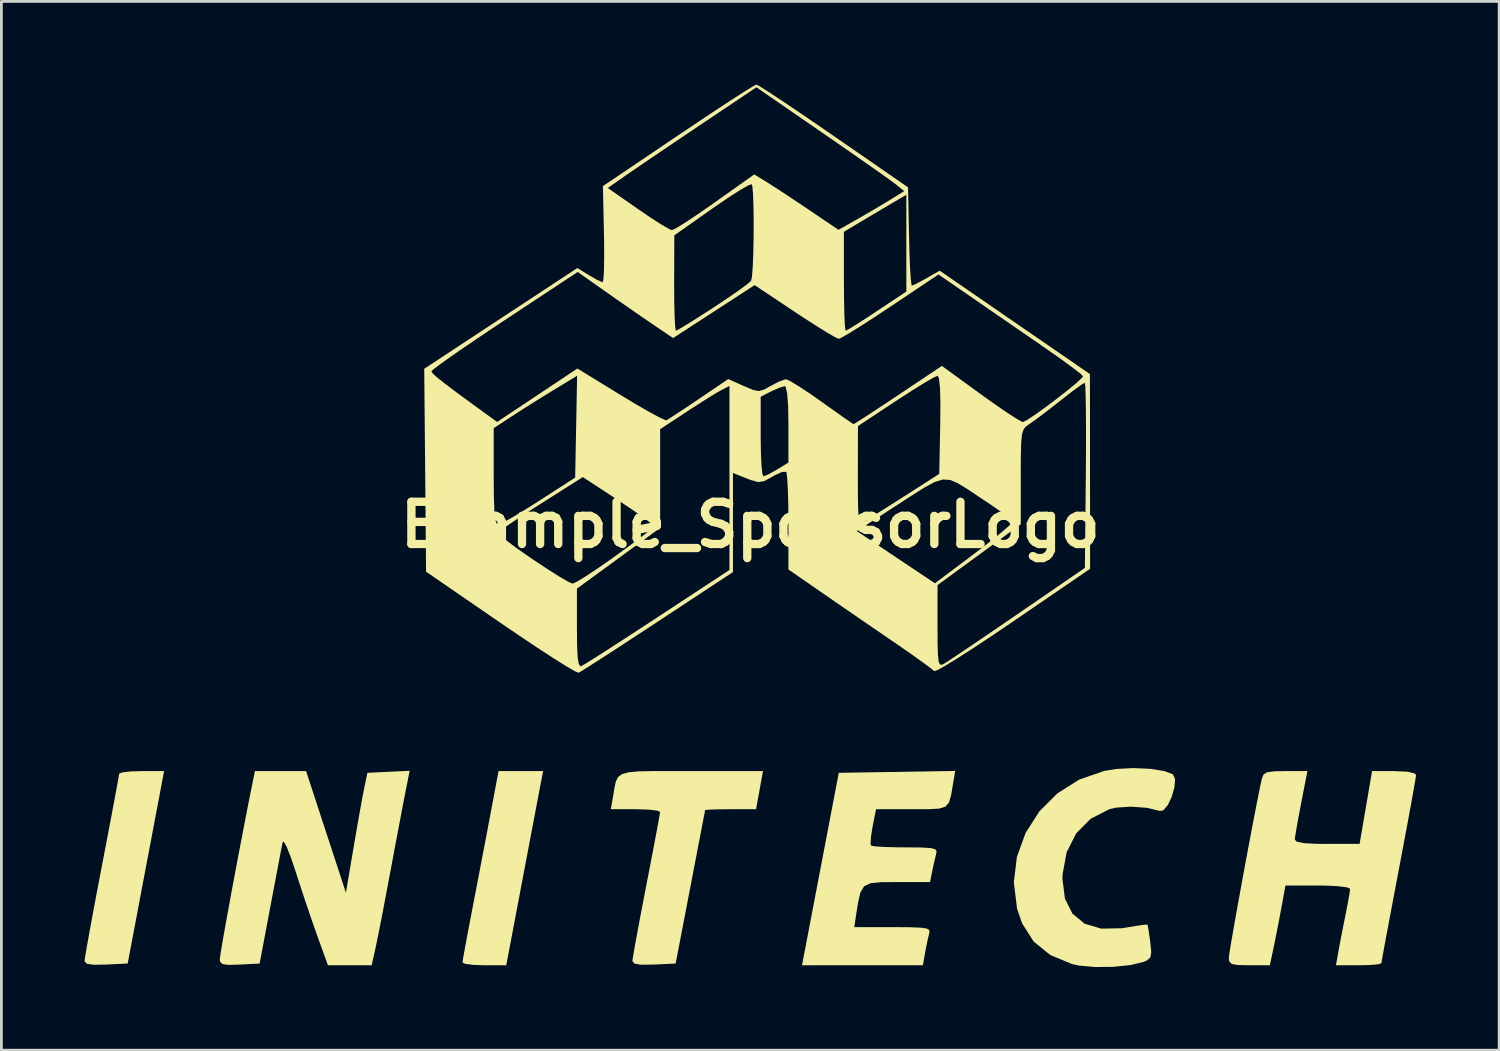
<source format=kicad_pcb>
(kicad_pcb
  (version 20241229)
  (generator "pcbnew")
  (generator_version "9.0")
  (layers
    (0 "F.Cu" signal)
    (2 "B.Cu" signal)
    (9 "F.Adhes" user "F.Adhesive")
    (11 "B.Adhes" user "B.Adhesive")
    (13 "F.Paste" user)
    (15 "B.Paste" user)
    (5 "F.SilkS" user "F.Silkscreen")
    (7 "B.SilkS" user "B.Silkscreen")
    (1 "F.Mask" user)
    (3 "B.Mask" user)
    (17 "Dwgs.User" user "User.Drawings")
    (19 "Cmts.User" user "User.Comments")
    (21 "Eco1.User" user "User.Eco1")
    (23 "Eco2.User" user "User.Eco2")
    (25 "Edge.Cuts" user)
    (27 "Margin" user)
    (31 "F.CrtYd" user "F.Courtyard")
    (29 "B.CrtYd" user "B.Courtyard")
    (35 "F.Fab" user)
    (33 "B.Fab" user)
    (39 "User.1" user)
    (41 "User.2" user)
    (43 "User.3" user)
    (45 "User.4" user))
  (footprint "Example_SponsorLogo"
    (layer "F.Cu")
    (at 24.024 15.891)
    (property "Reference" "Example_SponsorLogo" (at 0 0 0) (layer "F.SilkS") (effects (font (size 1.524 1.524) (thickness 0.3))))
    (attr board_only exclude_from_pos_files exclude_from_bom)
    (fp_poly (pts (xy -7.542 9.228) (xy -7.583 9.442) (xy -7.664 9.865) (xy -7.776 10.459) (xy -7.914 11.187) (xy -8.071 12.011) (xy -8.207 12.731) (xy -8.806 15.891) (xy -9.596 15.891) (xy -10.003 15.876) (xy -10.288 15.839) (xy -10.385 15.792) (xy -10.363 15.64) (xy -10.3 15.288) (xy -10.206 14.781) (xy -10.089 14.163) (xy -10.023 13.821) (xy -9.864 12.996) (xy -9.692 12.095) (xy -9.525 11.222) (xy -9.385 10.481) (xy -9.373 10.417) (xy -9.084 8.884) (xy -7.476 8.884)) (stroke (width 0) (type solid)) (fill yes) (layer "F.SilkS"))
    (fp_poly (pts (xy -21.218 9.228) (xy -21.258 9.443) (xy -21.338 9.866) (xy -21.451 10.459) (xy -21.588 11.186) (xy -21.744 12.009) (xy -21.875 12.7) (xy -22.466 15.828) (xy -23.245 15.865) (xy -23.696 15.873) (xy -23.942 15.835) (xy -24.023 15.747) (xy -24.024 15.734) (xy -24.001 15.57) (xy -23.936 15.195) (xy -23.837 14.642) (xy -23.708 13.946) (xy -23.557 13.142) (xy -23.4 12.318) (xy -23.233 11.448) (xy -23.083 10.659) (xy -22.956 9.984) (xy -22.858 9.456) (xy -22.795 9.109) (xy -22.774 8.978) (xy -22.659 8.93) (xy -22.36 8.896) (xy -21.962 8.884) (xy -21.152 8.884)) (stroke (width 0) (type solid)) (fill yes) (layer "F.SilkS"))
    (fp_poly (pts (xy -2.14 8.884) (xy 0.458 8.884) (xy 0.333 9.572) (xy 0.208 10.26) (xy -0.709 10.26) (xy -1.153 10.264) (xy -1.48 10.274) (xy -1.628 10.289) (xy -1.631 10.291) (xy -1.654 10.418) (xy -1.719 10.755) (xy -1.817 11.267) (xy -1.942 11.919) (xy -2.087 12.675) (xy -2.164 13.075) (xy -2.693 15.828) (xy -3.473 15.865) (xy -3.931 15.872) (xy -4.179 15.832) (xy -4.253 15.741) (xy -4.253 15.74) (xy -4.23 15.573) (xy -4.166 15.2) (xy -4.067 14.659) (xy -3.941 13.989) (xy -3.796 13.231) (xy -3.754 13.013) (xy -3.604 12.242) (xy -3.473 11.555) (xy -3.366 10.989) (xy -3.292 10.582) (xy -3.256 10.372) (xy -3.254 10.354) (xy -3.368 10.308) (xy -3.67 10.275) (xy -4.096 10.26) (xy -4.143 10.26) (xy -5.033 10.26) (xy -4.95 9.791) (xy -4.901 9.49) (xy -4.853 9.264) (xy -4.774 9.102) (xy -4.631 8.993) (xy -4.391 8.927) (xy -4.021 8.894) (xy -3.489 8.883) (xy -2.762 8.883)) (stroke (width 0) (type solid)) (fill yes) (layer "F.SilkS"))
    (fp_poly (pts (xy 14.437 8.803) (xy 14.937 8.882) (xy 15.249 8.998) (xy 15.328 9.171) (xy 15.306 9.465) (xy 15.21 9.803) (xy 15.067 10.107) (xy 14.905 10.299) (xy 14.783 10.322) (xy 14.31 10.209) (xy 13.741 10.167) (xy 13.204 10.201) (xy 12.964 10.255) (xy 12.282 10.604) (xy 11.76 11.131) (xy 11.416 11.811) (xy 11.268 12.615) (xy 11.264 12.775) (xy 11.354 13.487) (xy 11.625 14.028) (xy 12.066 14.391) (xy 12.667 14.569) (xy 13.416 14.554) (xy 13.569 14.529) (xy 13.964 14.463) (xy 14.241 14.426) (xy 14.333 14.424) (xy 14.36 14.553) (xy 14.405 14.849) (xy 14.432 15.05) (xy 14.469 15.415) (xy 14.435 15.612) (xy 14.307 15.721) (xy 14.192 15.769) (xy 13.719 15.884) (xy 13.104 15.947) (xy 12.452 15.954) (xy 11.868 15.903) (xy 11.618 15.85) (xy 10.825 15.521) (xy 10.224 15.033) (xy 9.806 14.376) (xy 9.627 13.849) (xy 9.51 12.902) (xy 9.62 11.98) (xy 9.934 11.116) (xy 10.429 10.341) (xy 11.082 9.688) (xy 11.87 9.19) (xy 12.77 8.878) (xy 13.218 8.806) (xy 13.838 8.775)) (stroke (width 0) (type solid)) (fill yes) (layer "F.SilkS"))
    (fp_poly (pts (xy 7.315 9.35) (xy 7.247 9.752) (xy 7.173 10.014) (xy 7.044 10.167) (xy 6.813 10.238) (xy 6.43 10.26) (xy 5.846 10.26) (xy 5.826 10.26) (xy 4.538 10.26) (xy 4.414 10.883) (xy 4.356 11.251) (xy 4.341 11.507) (xy 4.356 11.572) (xy 4.502 11.6) (xy 4.839 11.622) (xy 5.309 11.634) (xy 5.597 11.636) (xy 6.146 11.641) (xy 6.487 11.659) (xy 6.665 11.7) (xy 6.722 11.773) (xy 6.712 11.855) (xy 6.644 12.132) (xy 6.568 12.481) (xy 6.487 12.888) (xy 5.305 12.888) (xy 4.723 12.892) (xy 4.341 12.93) (xy 4.108 13.04) (xy 3.975 13.258) (xy 3.89 13.623) (xy 3.833 13.983) (xy 3.751 14.514) (xy 5.137 14.514) (xy 5.742 14.518) (xy 6.136 14.532) (xy 6.362 14.564) (xy 6.458 14.62) (xy 6.466 14.708) (xy 6.459 14.733) (xy 6.394 15.001) (xy 6.321 15.369) (xy 6.311 15.421) (xy 6.228 15.891) (xy 1.866 15.891) (xy 1.944 15.484) (xy 1.989 15.25) (xy 2.073 14.81) (xy 2.189 14.201) (xy 2.33 13.464) (xy 2.488 12.638) (xy 2.608 12.012) (xy 3.193 8.946) (xy 7.395 8.878)) (stroke (width 0) (type solid)) (fill yes) (layer "F.SilkS"))
    (fp_poly (pts (xy -12.46 9.723) (xy -12.542 10.144) (xy -12.656 10.746) (xy -12.792 11.463) (xy -12.935 12.229) (xy -13.012 12.637) (xy -13.15 13.376) (xy -13.284 14.075) (xy -13.402 14.677) (xy -13.493 15.125) (xy -13.529 15.296) (xy -13.663 15.891) (xy -15.241 15.891) (xy -15.614 14.858) (xy -15.821 14.271) (xy -16.062 13.56) (xy -16.3 12.84) (xy -16.405 12.512) (xy -16.587 11.974) (xy -16.734 11.604) (xy -16.835 11.43) (xy -16.875 11.449) (xy -16.915 11.652) (xy -16.992 12.054) (xy -17.097 12.608) (xy -17.222 13.267) (xy -17.316 13.764) (xy -17.705 15.828) (xy -18.424 15.866) (xy -18.834 15.877) (xy -19.051 15.846) (xy -19.134 15.759) (xy -19.143 15.678) (xy -19.12 15.501) (xy -19.057 15.117) (xy -18.96 14.566) (xy -18.837 13.887) (xy -18.696 13.118) (xy -18.543 12.3) (xy -18.385 11.47) (xy -18.231 10.668) (xy -18.087 9.933) (xy -18.008 9.541) (xy -17.875 8.884) (xy -16.029 8.884) (xy -14.592 13.272) (xy -14.31 11.61) (xy -14.196 10.944) (xy -14.086 10.323) (xy -13.993 9.811) (xy -13.927 9.472) (xy -13.922 9.447) (xy -13.816 8.946) (xy -13.054 8.909) (xy -12.292 8.873)) (stroke (width 0) (type solid)) (fill yes) (layer "F.SilkS"))
    (fp_poly (pts (xy 19.878 10.041) (xy 19.779 10.563) (xy 19.701 10.999) (xy 19.655 11.286) (xy 19.648 11.355) (xy 19.724 11.434) (xy 19.974 11.484) (xy 20.429 11.508) (xy 20.816 11.511) (xy 21.987 11.511) (xy 22.212 10.198) (xy 22.437 8.884) (xy 23.231 8.884) (xy 23.722 8.906) (xy 23.982 8.972) (xy 24.024 9.029) (xy 24.001 9.186) (xy 23.937 9.556) (xy 23.839 10.104) (xy 23.711 10.796) (xy 23.561 11.599) (xy 23.398 12.462) (xy 23.232 13.337) (xy 23.083 14.129) (xy 22.956 14.806) (xy 22.858 15.335) (xy 22.795 15.684) (xy 22.772 15.82) (xy 22.658 15.856) (xy 22.359 15.881) (xy 21.953 15.891) (xy 21.134 15.891) (xy 21.217 15.421) (xy 21.286 15.049) (xy 21.383 14.548) (xy 21.473 14.099) (xy 21.56 13.656) (xy 21.622 13.309) (xy 21.646 13.131) (xy 21.646 13.13) (xy 21.53 13.079) (xy 21.219 13.039) (xy 20.767 13.016) (xy 20.479 13.013) (xy 19.312 13.013) (xy 19.157 13.857) (xy 19.054 14.403) (xy 18.946 14.951) (xy 18.875 15.296) (xy 18.748 15.891) (xy 18.007 15.891) (xy 17.593 15.882) (xy 17.37 15.842) (xy 17.281 15.75) (xy 17.267 15.627) (xy 17.289 15.451) (xy 17.351 15.071) (xy 17.446 14.527) (xy 17.564 13.861) (xy 17.7 13.113) (xy 17.845 12.325) (xy 17.991 11.538) (xy 18.132 10.793) (xy 18.26 10.131) (xy 18.367 9.594) (xy 18.445 9.221) (xy 18.458 9.165) (xy 18.517 9.011) (xy 18.647 8.926) (xy 18.908 8.891) (xy 19.314 8.884) (xy 20.104 8.884)) (stroke (width 0) (type solid)) (fill yes) (layer "F.SilkS"))
    (fp_poly (pts (xy 0.347 -15.822) (xy 0.652 -15.629) (xy 1.105 -15.331) (xy 1.678 -14.946) (xy 2.343 -14.494) (xy 3.009 -14.036) (xy 5.693 -12.181) (xy 5.728 -10.407) (xy 5.745 -9.773) (xy 5.767 -9.24) (xy 5.793 -8.851) (xy 5.819 -8.651) (xy 5.828 -8.633) (xy 5.967 -8.69) (xy 6.239 -8.834) (xy 6.364 -8.904) (xy 6.834 -9.174) (xy 12.256 -5.443) (xy 12.259 -1.929) (xy 12.262 1.584) (xy 9.486 3.483) (xy 8.75 3.981) (xy 8.083 4.422) (xy 7.511 4.79) (xy 7.061 5.067) (xy 6.762 5.236) (xy 6.64 5.279) (xy 6.639 5.279) (xy 6.515 5.174) (xy 6.223 4.958) (xy 5.804 4.659) (xy 5.296 4.306) (xy 5.13 4.193) (xy 4.467 3.739) (xy 4.344 3.655) (xy 6.757 3.655) (xy 6.759 4.282) (xy 6.771 4.697) (xy 6.798 4.937) (xy 6.846 5.04) (xy 6.922 5.044) (xy 6.976 5.019) (xy 7.138 4.916) (xy 7.474 4.693) (xy 7.953 4.371) (xy 8.543 3.971) (xy 9.211 3.516) (xy 9.634 3.226) (xy 12.074 1.552) (xy 12.108 -1.789) (xy 12.114 -2.674) (xy 12.115 -3.471) (xy 12.11 -4.147) (xy 12.101 -4.671) (xy 12.088 -5.009) (xy 12.07 -5.13) (xy 12.07 -5.13) (xy 11.946 -5.057) (xy 11.678 -4.863) (xy 11.314 -4.583) (xy 11.161 -4.462) (xy 10.738 -4.131) (xy 10.359 -3.844) (xy 10.089 -3.65) (xy 10.041 -3.619) (xy 9.928 -3.536) (xy 9.851 -3.424) (xy 9.801 -3.241) (xy 9.774 -2.941) (xy 9.762 -2.483) (xy 9.76 -1.822) (xy 9.76 -1.733) (xy 9.76 -0.023) (xy 6.757 2.171) (xy 6.757 3.655) (xy 4.344 3.655) (xy 3.748 3.246) (xy 3.062 2.774) (xy 2.534 2.409) (xy 1.376 1.608) (xy 1.376 0.223) (xy 3.843 0.223) (xy 6.663 2.107) (xy 8.09 1.035) (xy 8.597 0.646) (xy 9.02 0.306) (xy 9.324 0.045) (xy 9.473 -0.109) (xy 9.482 -0.134) (xy 9.369 -0.237) (xy 9.089 -0.444) (xy 8.687 -0.724) (xy 8.269 -1.002) (xy 7.821 -1.3) (xy 7.482 -1.509) (xy 7.207 -1.623) (xy 6.947 -1.638) (xy 6.654 -1.548) (xy 6.282 -1.348) (xy 5.782 -1.032) (xy 5.202 -0.655) (xy 3.843 0.223) (xy 1.376 0.223) (xy 1.376 -0.114) (xy 1.371 -0.746) (xy 1.355 -1.286) (xy 1.332 -1.686) (xy 1.32 -1.779) (xy 3.882 -1.779) (xy 3.883 -1.079) (xy 3.891 -0.594) (xy 3.911 -0.29) (xy 3.947 -0.131) (xy 4.005 -0.083) (xy 4.087 -0.11) (xy 4.098 -0.115) (xy 4.287 -0.23) (xy 4.635 -0.448) (xy 5.092 -0.737) (xy 5.568 -1.04) (xy 6.819 -1.841) (xy 6.854 -3.611) (xy 6.86 -4.403) (xy 6.845 -4.966) (xy 6.807 -5.293) (xy 6.759 -5.38) (xy 6.612 -5.315) (xy 6.3 -5.135) (xy 5.867 -4.867) (xy 5.356 -4.538) (xy 5.257 -4.473) (xy 3.885 -3.566) (xy 3.882 -1.779) (xy 1.32 -1.779) (xy 1.304 -1.898) (xy 1.295 -1.917) (xy 1.148 -1.91) (xy 0.881 -1.791) (xy 0.791 -1.738) (xy 0.506 -1.58) (xy 0.286 -1.544) (xy 0.006 -1.623) (xy -0.128 -1.676) (xy -0.626 -1.875) (xy -0.626 1.703) (xy -3.346 3.495) (xy -4.084 3.979) (xy -4.755 4.418) (xy -5.331 4.791) (xy -5.783 5.081) (xy -6.081 5.269) (xy -6.195 5.336) (xy -6.328 5.281) (xy -6.638 5.101) (xy -7.096 4.814) (xy -7.674 4.438) (xy -8.342 3.992) (xy -8.73 3.728) (xy -6.256 3.728) (xy -6.25 4.37) (xy -6.228 4.792) (xy -6.187 5.025) (xy -6.124 5.101) (xy -6.099 5.097) (xy -5.955 5.014) (xy -5.632 4.812) (xy -5.161 4.512) (xy -4.572 4.131) (xy -3.896 3.691) (xy -3.346 3.331) (xy -0.751 1.626) (xy -0.751 -3.187) (xy 0.375 -3.187) (xy 0.383 -2.622) (xy 0.404 -2.161) (xy 0.434 -1.855) (xy 0.469 -1.752) (xy 0.628 -1.812) (xy 0.902 -1.96) (xy 0.97 -2.001) (xy 1.376 -2.249) (xy 1.376 -3.627) (xy 1.365 -4.29) (xy 1.331 -4.746) (xy 1.277 -4.978) (xy 1.245 -5.005) (xy 1.051 -4.951) (xy 0.76 -4.822) (xy 0.745 -4.814) (xy 0.375 -4.623) (xy 0.375 -3.187) (xy -0.751 -3.187) (xy -0.751 -5.014) (xy -1.032 -4.871) (xy -1.261 -4.74) (xy -1.633 -4.51) (xy -2.082 -4.223) (xy -2.283 -4.091) (xy -3.253 -3.454) (xy -3.253 0.109) (xy -6.256 2.3) (xy -6.256 3.728) (xy -8.73 3.728) (xy -9.011 3.537) (xy -11.699 1.689) (xy -11.712 0.28) (xy -9.032 0.28) (xy -8.965 0.405) (xy -8.764 0.59) (xy -8.403 0.86) (xy -7.866 1.231) (xy -7.359 1.568) (xy -6.92 1.847) (xy -6.592 2.04) (xy -6.421 2.119) (xy -6.416 2.12) (xy -6.263 2.053) (xy -5.951 1.864) (xy -5.521 1.58) (xy -5.016 1.229) (xy -4.88 1.131) (xy -4.372 0.762) (xy -3.944 0.443) (xy -3.633 0.203) (xy -3.478 0.071) (xy -3.468 0.057) (xy -3.556 -0.037) (xy -3.816 -0.237) (xy -4.208 -0.515) (xy -4.694 -0.842) (xy -4.741 -0.873) (xy -6.042 -1.725) (xy -7.431 -0.847) (xy -7.966 -0.505) (xy -8.433 -0.2) (xy -8.786 0.039) (xy -8.98 0.18) (xy -8.992 0.191) (xy -9.032 0.28) (xy -11.712 0.28) (xy -11.73 -1.745) (xy -9.259 -1.745) (xy -9.253 -1.011) (xy -9.234 -0.498) (xy -9.199 -0.18) (xy -9.146 -0.029) (xy -9.103 -0.007) (xy -8.943 -0.074) (xy -8.619 -0.253) (xy -8.179 -0.516) (xy -7.668 -0.837) (xy -7.633 -0.86) (xy -6.319 -1.707) (xy -6.284 -3.544) (xy -6.249 -5.382) (xy -7.097 -4.867) (xy -7.62 -4.545) (xy -8.166 -4.202) (xy -8.602 -3.921) (xy -9.259 -3.49) (xy -9.259 -1.745) (xy -11.73 -1.745) (xy -11.732 -1.973) (xy -11.765 -5.541) (xy -11.508 -5.541) (xy -11.459 -5.466) (xy -11.302 -5.322) (xy -11.015 -5.095) (xy -10.578 -4.766) (xy -9.969 -4.319) (xy -9.551 -4.016) (xy -9.135 -3.714) (xy -7.687 -4.679) (xy -6.239 -5.643) (xy -4.682 -4.689) (xy -4.125 -4.353) (xy -3.643 -4.076) (xy -3.275 -3.877) (xy -3.062 -3.78) (xy -3.028 -3.775) (xy -2.889 -3.859) (xy -2.592 -4.052) (xy -2.185 -4.322) (xy -1.863 -4.54) (xy -0.795 -5.263) (xy -0.241 -5.015) (xy 0.099 -4.871) (xy 0.316 -4.83) (xy 0.515 -4.892) (xy 0.727 -5.011) (xy 1.034 -5.17) (xy 1.263 -5.252) (xy 1.291 -5.255) (xy 1.448 -5.186) (xy 1.759 -4.998) (xy 2.176 -4.722) (xy 2.566 -4.448) (xy 3.021 -4.124) (xy 3.394 -3.86) (xy 3.643 -3.688) (xy 3.725 -3.635) (xy 3.835 -3.699) (xy 4.116 -3.878) (xy 4.531 -4.149) (xy 5.044 -4.488) (xy 5.336 -4.683) (xy 6.914 -5.737) (xy 8.306 -4.725) (xy 8.823 -4.356) (xy 9.274 -4.047) (xy 9.619 -3.825) (xy 9.814 -3.718) (xy 9.837 -3.713) (xy 9.985 -3.784) (xy 10.27 -3.971) (xy 10.641 -4.237) (xy 11.047 -4.542) (xy 11.437 -4.846) (xy 11.759 -5.112) (xy 11.963 -5.3) (xy 12.008 -5.365) (xy 11.91 -5.461) (xy 11.642 -5.668) (xy 11.245 -5.959) (xy 10.757 -6.303) (xy 10.663 -6.368) (xy 9.993 -6.83) (xy 9.241 -7.348) (xy 8.512 -7.851) (xy 8.057 -8.165) (xy 6.792 -9.037) (xy 5.057 -7.876) (xy 4.472 -7.489) (xy 3.956 -7.157) (xy 3.545 -6.903) (xy 3.277 -6.75) (xy 3.193 -6.715) (xy 3.047 -6.781) (xy 2.735 -6.962) (xy 2.3 -7.234) (xy 1.782 -7.569) (xy 1.61 -7.683) (xy 0.156 -8.652) (xy -1.315 -7.697) (xy -2.785 -6.743) (xy -3.426 -7.174) (xy -3.814 -7.439) (xy -4.324 -7.792) (xy -4.873 -8.174) (xy -5.147 -8.366) (xy -5.66 -8.727) (xy -2.747 -8.727) (xy -2.744 -8.104) (xy -2.733 -7.581) (xy -2.714 -7.204) (xy -2.691 -7.019) (xy -2.683 -7.007) (xy -2.557 -7.071) (xy -2.265 -7.247) (xy -1.85 -7.507) (xy -1.355 -7.826) (xy -1.337 -7.837) (xy -0.836 -8.17) (xy -0.411 -8.464) (xy -0.108 -8.687) (xy 0.012 -8.792) (xy 3.378 -8.792) (xy 3.383 -8.156) (xy 3.394 -7.62) (xy 3.411 -7.228) (xy 3.433 -7.025) (xy 3.442 -7.007) (xy 3.567 -7.072) (xy 3.851 -7.247) (xy 4.25 -7.504) (xy 4.568 -7.714) (xy 5.631 -8.421) (xy 5.631 -11.911) (xy 5.161 -11.636) (xy 4.782 -11.412) (xy 4.316 -11.136) (xy 4.035 -10.969) (xy 3.378 -10.577) (xy 3.378 -8.792) (xy 0.012 -8.792) (xy 0.029 -8.807) (xy 0.029 -8.807) (xy 0.063 -8.977) (xy 0.09 -9.335) (xy 0.109 -9.824) (xy 0.12 -10.387) (xy 0.122 -10.965) (xy 0.115 -11.501) (xy 0.099 -11.94) (xy 0.074 -12.221) (xy 0.052 -12.293) (xy -0.071 -12.252) (xy -0.357 -12.089) (xy -0.766 -11.828) (xy -1.258 -11.493) (xy -1.381 -11.407) (xy -2.741 -10.448) (xy -2.747 -8.727) (xy -5.66 -8.727) (xy -6.228 -9.127) (xy -8.87 -7.383) (xy -9.589 -6.904) (xy -10.233 -6.468) (xy -10.775 -6.094) (xy -11.186 -5.801) (xy -11.438 -5.61) (xy -11.508 -5.541) (xy -11.765 -5.541) (xy -11.765 -5.634) (xy -9.003 -7.452) (xy -6.24 -9.269) (xy -5.827 -9.014) (xy -5.541 -8.85) (xy -5.35 -8.763) (xy -5.328 -8.759) (xy -5.299 -8.876) (xy -5.28 -9.199) (xy -5.272 -9.682) (xy -5.276 -10.28) (xy -5.28 -10.492) (xy -5.316 -12.158) (xy -5.142 -12.158) (xy -4.051 -11.397) (xy -3.59 -11.083) (xy -3.198 -10.833) (xy -2.924 -10.675) (xy -2.825 -10.636) (xy -2.679 -10.705) (xy -2.371 -10.894) (xy -1.943 -11.178) (xy -1.435 -11.528) (xy -1.274 -11.642) (xy 0.142 -12.647) (xy 0.603 -12.365) (xy 0.909 -12.17) (xy 1.35 -11.882) (xy 1.853 -11.547) (xy 2.123 -11.365) (xy 3.183 -10.648) (xy 3.875 -11.04) (xy 4.343 -11.31) (xy 4.81 -11.586) (xy 5.06 -11.739) (xy 5.554 -12.045) (xy 5.26 -12.283) (xy 5.074 -12.422) (xy 4.716 -12.678) (xy 4.218 -13.028) (xy 3.616 -13.448) (xy 2.942 -13.915) (xy 2.593 -14.156) (xy 0.221 -15.791) (xy -1.798 -14.437) (xy -2.478 -13.98) (xy -3.134 -13.537) (xy -3.721 -13.14) (xy -4.19 -12.82) (xy -4.479 -12.621) (xy -5.142 -12.158) (xy -5.316 -12.158) (xy -5.318 -12.225) (xy -2.601 -14.058) (xy -1.869 -14.549) (xy -1.204 -14.991) (xy -0.634 -15.364) (xy -0.187 -15.651) (xy 0.108 -15.832) (xy 0.22 -15.891)) (stroke (width 0) (type solid)) (fill yes) (layer "F.SilkS")))
  (gr_rect
    (start -3 -3)
    (end 51.047 34.845)
    (stroke (width 0.1) (type default))
    (fill no)
    (layer "Edge.Cuts")))
</source>
